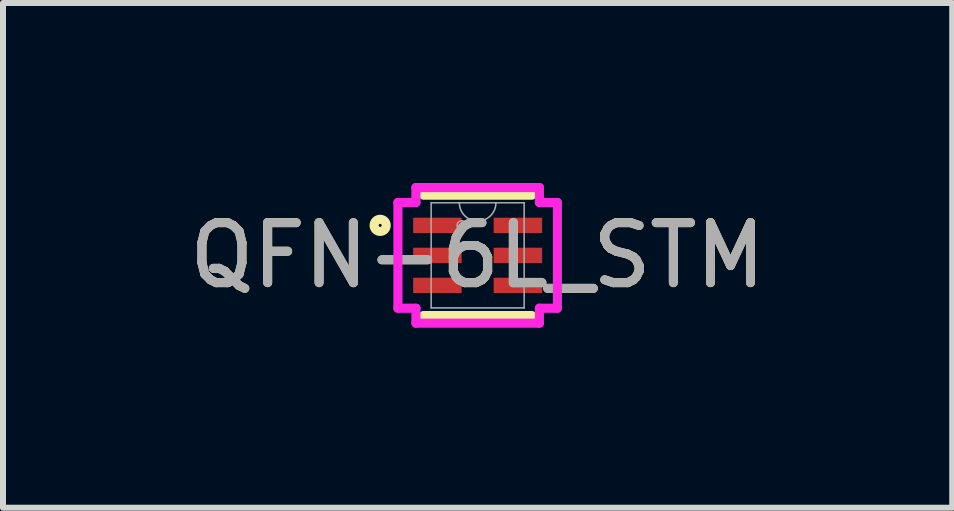
<source format=kicad_pcb>
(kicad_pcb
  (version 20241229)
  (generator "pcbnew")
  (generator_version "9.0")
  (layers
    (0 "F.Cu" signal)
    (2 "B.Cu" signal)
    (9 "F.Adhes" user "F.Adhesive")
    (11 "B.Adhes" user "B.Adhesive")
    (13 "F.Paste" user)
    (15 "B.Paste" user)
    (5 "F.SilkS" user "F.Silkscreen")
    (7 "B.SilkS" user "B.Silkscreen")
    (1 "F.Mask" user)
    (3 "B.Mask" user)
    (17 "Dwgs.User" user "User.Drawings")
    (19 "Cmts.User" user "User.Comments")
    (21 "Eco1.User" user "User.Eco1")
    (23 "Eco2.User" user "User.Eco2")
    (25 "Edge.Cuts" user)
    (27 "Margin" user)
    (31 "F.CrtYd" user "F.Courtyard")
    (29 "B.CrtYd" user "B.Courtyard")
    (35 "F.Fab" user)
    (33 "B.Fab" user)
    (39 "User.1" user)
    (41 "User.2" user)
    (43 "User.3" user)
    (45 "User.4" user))
  (footprint "QFN-6L_STM"
    (layer "F.Cu")
    (at 4.911 1.206)
    (property "Reference" "QFN-6L_STM" (at 0 0 0) (unlocked yes) (layer "F.SilkS") (effects (font (size 1 1) (thickness 0.15))))
    (attr smd)
    (fp_line (start -0.902 1.003) (end 0.902 1.003) (stroke (width 0.152) (type solid)) (layer "F.SilkS"))
    (fp_line (start 0.902 -1.003) (end -0.902 -1.003) (stroke (width 0.152) (type solid)) (layer "F.SilkS"))
    (fp_circle (center -1.625 -0.5) (end -1.524 -0.5) (stroke (width 0.152) (type solid)) (fill no) (layer "F.SilkS"))
    (fp_line (start -1.329 -0.881) (end -1.029 -0.881) (stroke (width 0.152) (type solid)) (layer "F.CrtYd"))
    (fp_line (start -1.329 0.881) (end -1.329 -0.881) (stroke (width 0.152) (type solid)) (layer "F.CrtYd"))
    (fp_line (start -1.329 0.881) (end -1.029 0.881) (stroke (width 0.152) (type solid)) (layer "F.CrtYd"))
    (fp_line (start -1.029 -1.13) (end 1.029 -1.13) (stroke (width 0.152) (type solid)) (layer "F.CrtYd"))
    (fp_line (start -1.029 -0.881) (end -1.029 -1.13) (stroke (width 0.152) (type solid)) (layer "F.CrtYd"))
    (fp_line (start -1.029 1.13) (end -1.029 0.881) (stroke (width 0.152) (type solid)) (layer "F.CrtYd"))
    (fp_line (start 1.029 -1.13) (end 1.029 -0.881) (stroke (width 0.152) (type solid)) (layer "F.CrtYd"))
    (fp_line (start 1.029 0.881) (end 1.029 1.13) (stroke (width 0.152) (type solid)) (layer "F.CrtYd"))
    (fp_line (start 1.029 1.13) (end -1.029 1.13) (stroke (width 0.152) (type solid)) (layer "F.CrtYd"))
    (fp_line (start 1.329 -0.881) (end 1.029 -0.881) (stroke (width 0.152) (type solid)) (layer "F.CrtYd"))
    (fp_line (start 1.329 -0.881) (end 1.329 0.881) (stroke (width 0.152) (type solid)) (layer "F.CrtYd"))
    (fp_line (start 1.329 0.881) (end 1.029 0.881) (stroke (width 0.152) (type solid)) (layer "F.CrtYd"))
    (fp_line (start -0.775 -0.876) (end -0.775 0.876) (stroke (width 0.025) (type solid)) (layer "F.Fab"))
    (fp_line (start -0.775 0.876) (end 0.775 0.876) (stroke (width 0.025) (type solid)) (layer "F.Fab"))
    (fp_line (start 0.775 -0.876) (end -0.775 -0.876) (stroke (width 0.025) (type solid)) (layer "F.Fab"))
    (fp_line (start 0.775 0.876) (end 0.775 -0.876) (stroke (width 0.025) (type solid)) (layer "F.Fab"))
    (fp_arc (start 0.3048 -0.8763) (mid 0 -0.5715) (end -0.3048 -0.8763) (stroke (width 0.0254) (type solid)) (layer "F.Fab"))
    (fp_circle (center -0.267 -0.5) (end -0.191 -0.5) (stroke (width 0.025) (type solid)) (fill no) (layer "F.Fab"))
    (fp_text user "${REFERENCE}" (at 0 0 0) (unlocked yes) (layer "F.Fab") (effects (font (size 1 1) (thickness 0.15))))
    (pad "1" smd rect (at -0.671 -0.5) (size 0.808 0.255) (layers "F.Cu" "F.Mask" "F.Paste"))
    (pad "2" smd rect (at -0.671 0) (size 0.808 0.255) (layers "F.Cu" "F.Mask" "F.Paste"))
    (pad "3" smd rect (at -0.671 0.5) (size 0.808 0.255) (layers "F.Cu" "F.Mask" "F.Paste"))
    (pad "4" smd rect (at 0.671 0.5) (size 0.808 0.255) (layers "F.Cu" "F.Mask" "F.Paste"))
    (pad "5" smd rect (at 0.671 0) (size 0.808 0.255) (layers "F.Cu" "F.Mask" "F.Paste"))
    (pad "6" smd rect (at 0.671 -0.5) (size 0.808 0.255) (layers "F.Cu" "F.Mask" "F.Paste")))
  (gr_rect
    (start -3 -3)
    (end 12.821 5.413)
    (stroke (width 0.1) (type default))
    (fill no)
    (layer "Edge.Cuts")))
</source>
